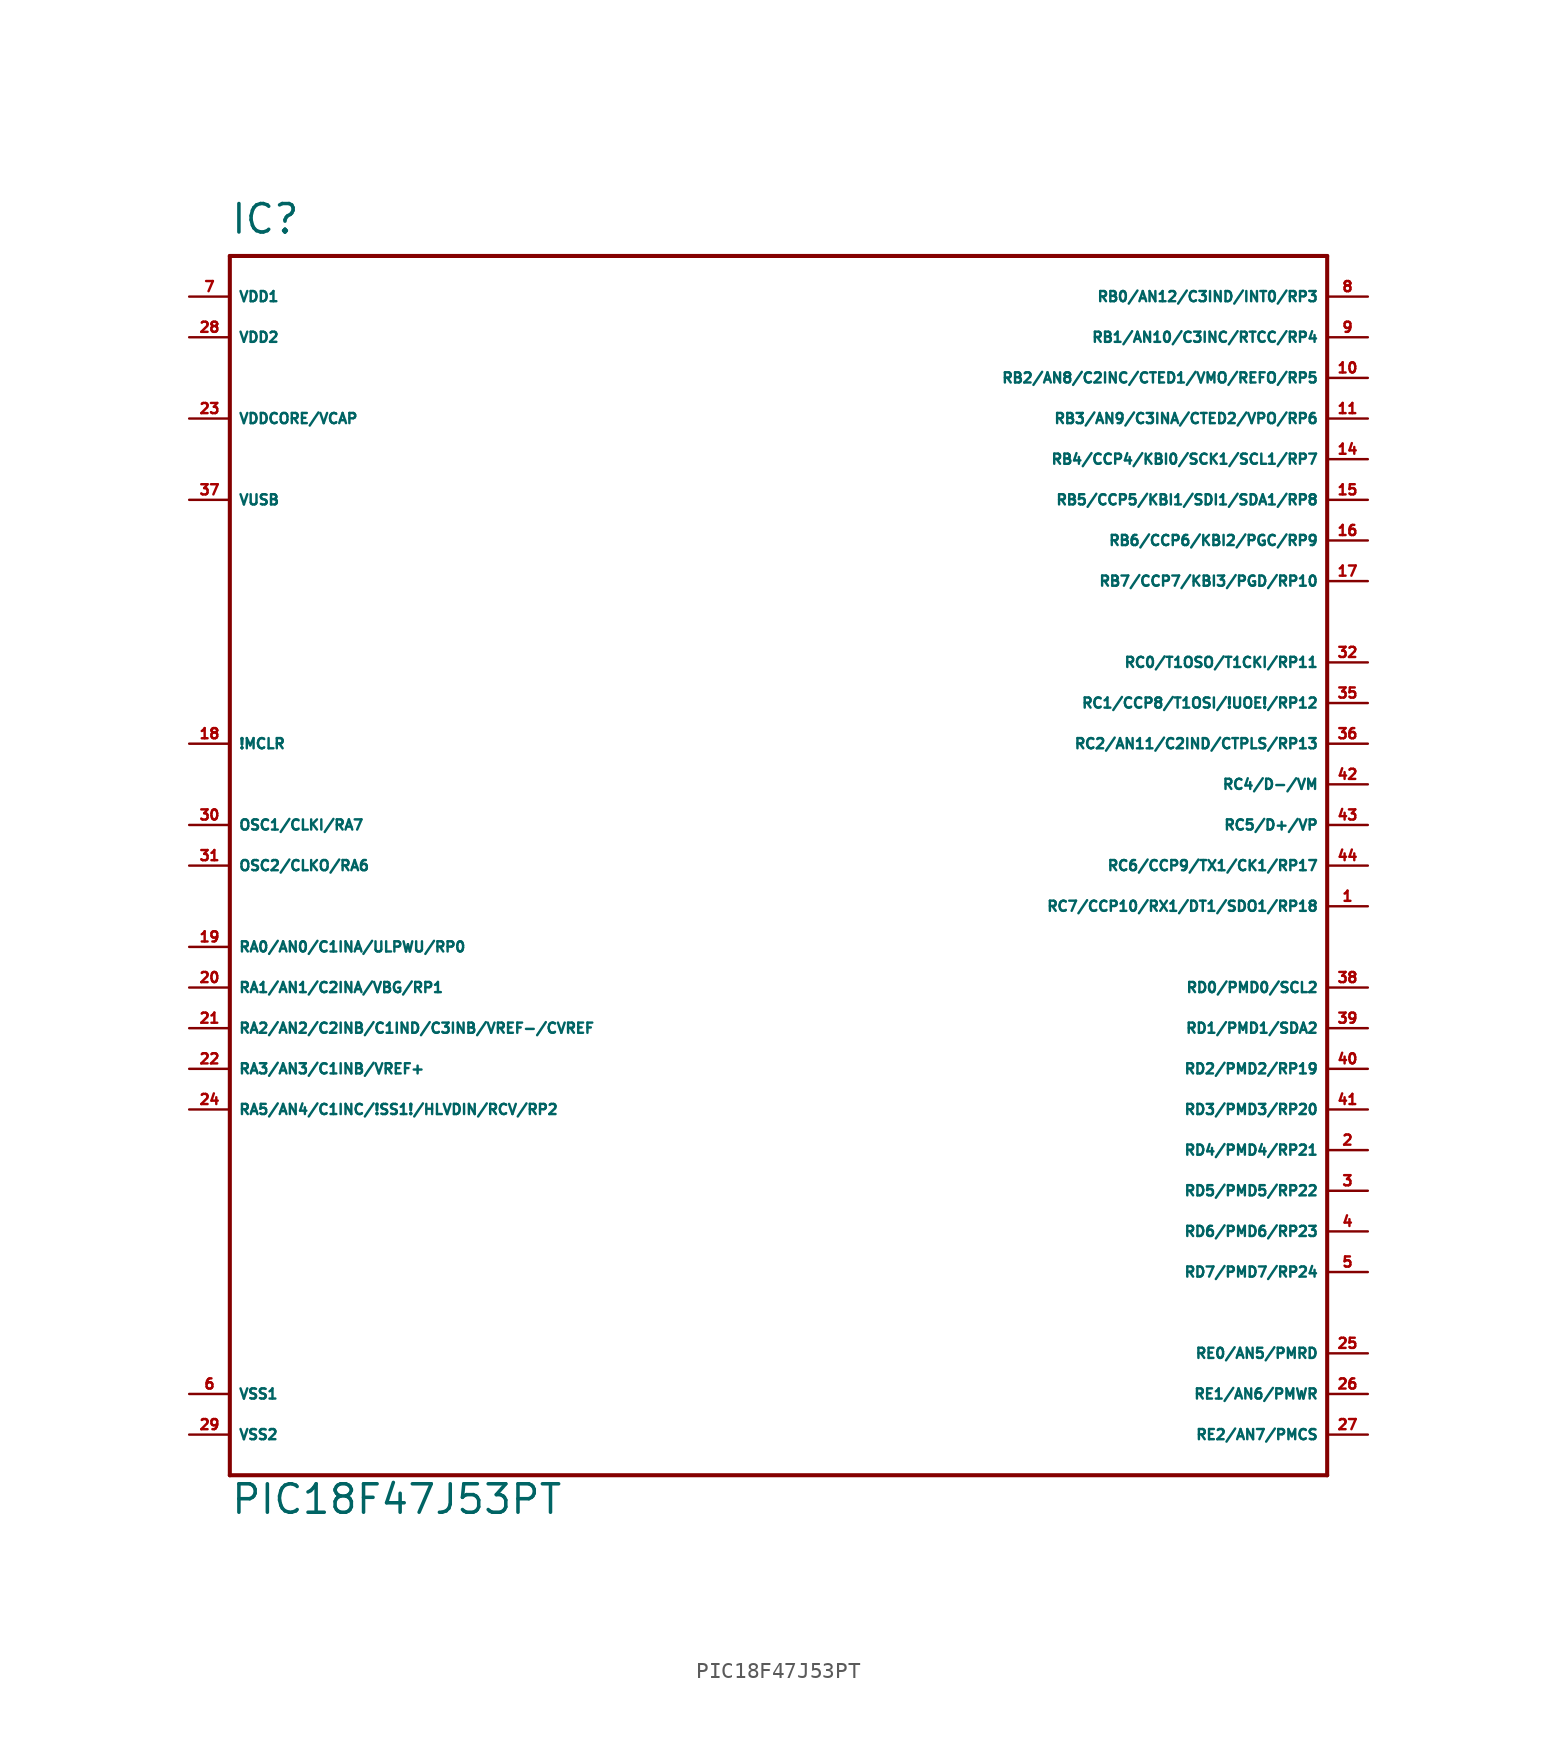
<source format=kicad_sym>
(kicad_symbol_lib
  (version 20220914)
  (generator Eagle2Kicad)
  (symbol "PIC18F47J53PT"
    (property "Reference" "IC"
      (at -33.02 39.37 0)
      (effects (font (size 1.778 1.778) (thickness 0.22)) (justify left bottom)))
    (property "Value" "PIC18F47J53PT"
      (at -33.02 -40.64 0)
      (effects (font (size 1.778 1.778) (thickness 0.22)) (justify left bottom)))
    (polyline
      (pts (xy -33.02 38.1) (xy 35.56 38.1))
      (stroke (width 0.254) (type default))
      (fill (type none)))
    (polyline
      (pts (xy 35.56 38.1) (xy 35.56 -38.1))
      (stroke (width 0.254) (type default))
      (fill (type none)))
    (polyline
      (pts (xy 35.56 -38.1) (xy -33.02 -38.1))
      (stroke (width 0.254) (type default))
      (fill (type none)))
    (polyline
      (pts (xy -33.02 -38.1) (xy -33.02 38.1))
      (stroke (width 0.254) (type default))
      (fill (type none)))
    (pin input line
      (at -35.56 7.62 0)
      (length 2.54)
      (name "!MCLR" (effects (font (size 0.635 0.635) (thickness 0.08)) (justify left bottom)))
      (number "18" (effects (font (size 0.635 0.635) (thickness 0.08)) (justify left bottom))))
    (pin bidirectional line
      (at -35.56 2.54 0)
      (length 2.54)
      (name "OSC1/CLKI/RA7" (effects (font (size 0.635 0.635) (thickness 0.08)) (justify left bottom)))
      (number "30" (effects (font (size 0.635 0.635) (thickness 0.08)) (justify left bottom))))
    (pin bidirectional line
      (at -35.56 0 0)
      (length 2.54)
      (name "OSC2/CLKO/RA6" (effects (font (size 0.635 0.635) (thickness 0.08)) (justify left bottom)))
      (number "31" (effects (font (size 0.635 0.635) (thickness 0.08)) (justify left bottom))))
    (pin bidirectional line
      (at -35.56 -5.08 0)
      (length 2.54)
      (name "RA0/AN0/C1INA/ULPWU/RP0" (effects (font (size 0.635 0.635) (thickness 0.08)) (justify left bottom)))
      (number "19" (effects (font (size 0.635 0.635) (thickness 0.08)) (justify left bottom))))
    (pin bidirectional line
      (at -35.56 -7.62 0)
      (length 2.54)
      (name "RA1/AN1/C2INA/VBG/RP1" (effects (font (size 0.635 0.635) (thickness 0.08)) (justify left bottom)))
      (number "20" (effects (font (size 0.635 0.635) (thickness 0.08)) (justify left bottom))))
    (pin bidirectional line
      (at -35.56 -10.16 0)
      (length 2.54)
      (name "RA2/AN2/C2INB/C1IND/C3INB/VREF-/CVREF" (effects (font (size 0.635 0.635) (thickness 0.08)) (justify left bottom)))
      (number "21" (effects (font (size 0.635 0.635) (thickness 0.08)) (justify left bottom))))
    (pin bidirectional line
      (at -35.56 -12.7 0)
      (length 2.54)
      (name "RA3/AN3/C1INB/VREF+" (effects (font (size 0.635 0.635) (thickness 0.08)) (justify left bottom)))
      (number "22" (effects (font (size 0.635 0.635) (thickness 0.08)) (justify left bottom))))
    (pin bidirectional line
      (at -35.56 -15.24 0)
      (length 2.54)
      (name "RA5/AN4/C1INC/!SS1!/HLVDIN/RCV/RP2" (effects (font (size 0.635 0.635) (thickness 0.08)) (justify left bottom)))
      (number "24" (effects (font (size 0.635 0.635) (thickness 0.08)) (justify left bottom))))
    (pin bidirectional line
      (at 38.1 35.56 180)
      (length 2.54)
      (name "RB0/AN12/C3IND/INT0/RP3" (effects (font (size 0.635 0.635) (thickness 0.08)) (justify left bottom)))
      (number "8" (effects (font (size 0.635 0.635) (thickness 0.08)) (justify left bottom))))
    (pin bidirectional line
      (at 38.1 33.02 180)
      (length 2.54)
      (name "RB1/AN10/C3INC/RTCC/RP4" (effects (font (size 0.635 0.635) (thickness 0.08)) (justify left bottom)))
      (number "9" (effects (font (size 0.635 0.635) (thickness 0.08)) (justify left bottom))))
    (pin bidirectional line
      (at 38.1 30.48 180)
      (length 2.54)
      (name "RB2/AN8/C2INC/CTED1/VMO/REFO/RP5" (effects (font (size 0.635 0.635) (thickness 0.08)) (justify left bottom)))
      (number "10" (effects (font (size 0.635 0.635) (thickness 0.08)) (justify left bottom))))
    (pin bidirectional line
      (at 38.1 27.94 180)
      (length 2.54)
      (name "RB3/AN9/C3INA/CTED2/VPO/RP6" (effects (font (size 0.635 0.635) (thickness 0.08)) (justify left bottom)))
      (number "11" (effects (font (size 0.635 0.635) (thickness 0.08)) (justify left bottom))))
    (pin bidirectional line
      (at 38.1 25.4 180)
      (length 2.54)
      (name "RB4/CCP4/KBI0/SCK1/SCL1/RP7" (effects (font (size 0.635 0.635) (thickness 0.08)) (justify left bottom)))
      (number "14" (effects (font (size 0.635 0.635) (thickness 0.08)) (justify left bottom))))
    (pin bidirectional line
      (at 38.1 22.86 180)
      (length 2.54)
      (name "RB5/CCP5/KBI1/SDI1/SDA1/RP8" (effects (font (size 0.635 0.635) (thickness 0.08)) (justify left bottom)))
      (number "15" (effects (font (size 0.635 0.635) (thickness 0.08)) (justify left bottom))))
    (pin bidirectional line
      (at 38.1 20.32 180)
      (length 2.54)
      (name "RB6/CCP6/KBI2/PGC/RP9" (effects (font (size 0.635 0.635) (thickness 0.08)) (justify left bottom)))
      (number "16" (effects (font (size 0.635 0.635) (thickness 0.08)) (justify left bottom))))
    (pin bidirectional line
      (at 38.1 17.78 180)
      (length 2.54)
      (name "RB7/CCP7/KBI3/PGD/RP10" (effects (font (size 0.635 0.635) (thickness 0.08)) (justify left bottom)))
      (number "17" (effects (font (size 0.635 0.635) (thickness 0.08)) (justify left bottom))))
    (pin bidirectional line
      (at 38.1 12.7 180)
      (length 2.54)
      (name "RC0/T1OSO/T1CKI/RP11" (effects (font (size 0.635 0.635) (thickness 0.08)) (justify left bottom)))
      (number "32" (effects (font (size 0.635 0.635) (thickness 0.08)) (justify left bottom))))
    (pin bidirectional line
      (at 38.1 10.16 180)
      (length 2.54)
      (name "RC1/CCP8/T1OSI/!UOE!/RP12" (effects (font (size 0.635 0.635) (thickness 0.08)) (justify left bottom)))
      (number "35" (effects (font (size 0.635 0.635) (thickness 0.08)) (justify left bottom))))
    (pin bidirectional line
      (at 38.1 7.62 180)
      (length 2.54)
      (name "RC2/AN11/C2IND/CTPLS/RP13" (effects (font (size 0.635 0.635) (thickness 0.08)) (justify left bottom)))
      (number "36" (effects (font (size 0.635 0.635) (thickness 0.08)) (justify left bottom))))
    (pin bidirectional line
      (at 38.1 5.08 180)
      (length 2.54)
      (name "RC4/D-/VM" (effects (font (size 0.635 0.635) (thickness 0.08)) (justify left bottom)))
      (number "42" (effects (font (size 0.635 0.635) (thickness 0.08)) (justify left bottom))))
    (pin bidirectional line
      (at 38.1 2.54 180)
      (length 2.54)
      (name "RC5/D+/VP" (effects (font (size 0.635 0.635) (thickness 0.08)) (justify left bottom)))
      (number "43" (effects (font (size 0.635 0.635) (thickness 0.08)) (justify left bottom))))
    (pin bidirectional line
      (at 38.1 0 180)
      (length 2.54)
      (name "RC6/CCP9/TX1/CK1/RP17" (effects (font (size 0.635 0.635) (thickness 0.08)) (justify left bottom)))
      (number "44" (effects (font (size 0.635 0.635) (thickness 0.08)) (justify left bottom))))
    (pin bidirectional line
      (at 38.1 -2.54 180)
      (length 2.54)
      (name "RC7/CCP10/RX1/DT1/SDO1/RP18" (effects (font (size 0.635 0.635) (thickness 0.08)) (justify left bottom)))
      (number "1" (effects (font (size 0.635 0.635) (thickness 0.08)) (justify left bottom))))
    (pin input line
      (at -35.56 -33.02 0)
      (length 2.54)
      (name "VSS1" (effects (font (size 0.635 0.635) (thickness 0.08)) (justify left bottom)))
      (number "6" (effects (font (size 0.635 0.635) (thickness 0.08)) (justify left bottom))))
    (pin input line
      (at -35.56 -35.56 0)
      (length 2.54)
      (name "VSS2" (effects (font (size 0.635 0.635) (thickness 0.08)) (justify left bottom)))
      (number "29" (effects (font (size 0.635 0.635) (thickness 0.08)) (justify left bottom))))
    (pin input line
      (at -35.56 35.56 0)
      (length 2.54)
      (name "VDD1" (effects (font (size 0.635 0.635) (thickness 0.08)) (justify left bottom)))
      (number "7" (effects (font (size 0.635 0.635) (thickness 0.08)) (justify left bottom))))
    (pin input line
      (at -35.56 27.94 0)
      (length 2.54)
      (name "VDDCORE/VCAP" (effects (font (size 0.635 0.635) (thickness 0.08)) (justify left bottom)))
      (number "23" (effects (font (size 0.635 0.635) (thickness 0.08)) (justify left bottom))))
    (pin input line
      (at -35.56 22.86 0)
      (length 2.54)
      (name "VUSB" (effects (font (size 0.635 0.635) (thickness 0.08)) (justify left bottom)))
      (number "37" (effects (font (size 0.635 0.635) (thickness 0.08)) (justify left bottom))))
    (pin bidirectional line
      (at 38.1 -7.62 180)
      (length 2.54)
      (name "RD0/PMD0/SCL2" (effects (font (size 0.635 0.635) (thickness 0.08)) (justify left bottom)))
      (number "38" (effects (font (size 0.635 0.635) (thickness 0.08)) (justify left bottom))))
    (pin bidirectional line
      (at 38.1 -10.16 180)
      (length 2.54)
      (name "RD1/PMD1/SDA2" (effects (font (size 0.635 0.635) (thickness 0.08)) (justify left bottom)))
      (number "39" (effects (font (size 0.635 0.635) (thickness 0.08)) (justify left bottom))))
    (pin bidirectional line
      (at 38.1 -12.7 180)
      (length 2.54)
      (name "RD2/PMD2/RP19" (effects (font (size 0.635 0.635) (thickness 0.08)) (justify left bottom)))
      (number "40" (effects (font (size 0.635 0.635) (thickness 0.08)) (justify left bottom))))
    (pin bidirectional line
      (at 38.1 -15.24 180)
      (length 2.54)
      (name "RD3/PMD3/RP20" (effects (font (size 0.635 0.635) (thickness 0.08)) (justify left bottom)))
      (number "41" (effects (font (size 0.635 0.635) (thickness 0.08)) (justify left bottom))))
    (pin bidirectional line
      (at 38.1 -17.78 180)
      (length 2.54)
      (name "RD4/PMD4/RP21" (effects (font (size 0.635 0.635) (thickness 0.08)) (justify left bottom)))
      (number "2" (effects (font (size 0.635 0.635) (thickness 0.08)) (justify left bottom))))
    (pin bidirectional line
      (at 38.1 -20.32 180)
      (length 2.54)
      (name "RD5/PMD5/RP22" (effects (font (size 0.635 0.635) (thickness 0.08)) (justify left bottom)))
      (number "3" (effects (font (size 0.635 0.635) (thickness 0.08)) (justify left bottom))))
    (pin bidirectional line
      (at 38.1 -22.86 180)
      (length 2.54)
      (name "RD6/PMD6/RP23" (effects (font (size 0.635 0.635) (thickness 0.08)) (justify left bottom)))
      (number "4" (effects (font (size 0.635 0.635) (thickness 0.08)) (justify left bottom))))
    (pin bidirectional line
      (at 38.1 -25.4 180)
      (length 2.54)
      (name "RD7/PMD7/RP24" (effects (font (size 0.635 0.635) (thickness 0.08)) (justify left bottom)))
      (number "5" (effects (font (size 0.635 0.635) (thickness 0.08)) (justify left bottom))))
    (pin bidirectional line
      (at 38.1 -30.48 180)
      (length 2.54)
      (name "RE0/AN5/PMRD" (effects (font (size 0.635 0.635) (thickness 0.08)) (justify left bottom)))
      (number "25" (effects (font (size 0.635 0.635) (thickness 0.08)) (justify left bottom))))
    (pin bidirectional line
      (at 38.1 -33.02 180)
      (length 2.54)
      (name "RE1/AN6/PMWR" (effects (font (size 0.635 0.635) (thickness 0.08)) (justify left bottom)))
      (number "26" (effects (font (size 0.635 0.635) (thickness 0.08)) (justify left bottom))))
    (pin bidirectional line
      (at 38.1 -35.56 180)
      (length 2.54)
      (name "RE2/AN7/PMCS" (effects (font (size 0.635 0.635) (thickness 0.08)) (justify left bottom)))
      (number "27" (effects (font (size 0.635 0.635) (thickness 0.08)) (justify left bottom))))
    (pin input line
      (at -35.56 33.02 0)
      (length 2.54)
      (name "VDD2" (effects (font (size 0.635 0.635) (thickness 0.08)) (justify left bottom)))
      (number "28" (effects (font (size 0.635 0.635) (thickness 0.08)) (justify left bottom))))))
</source>
